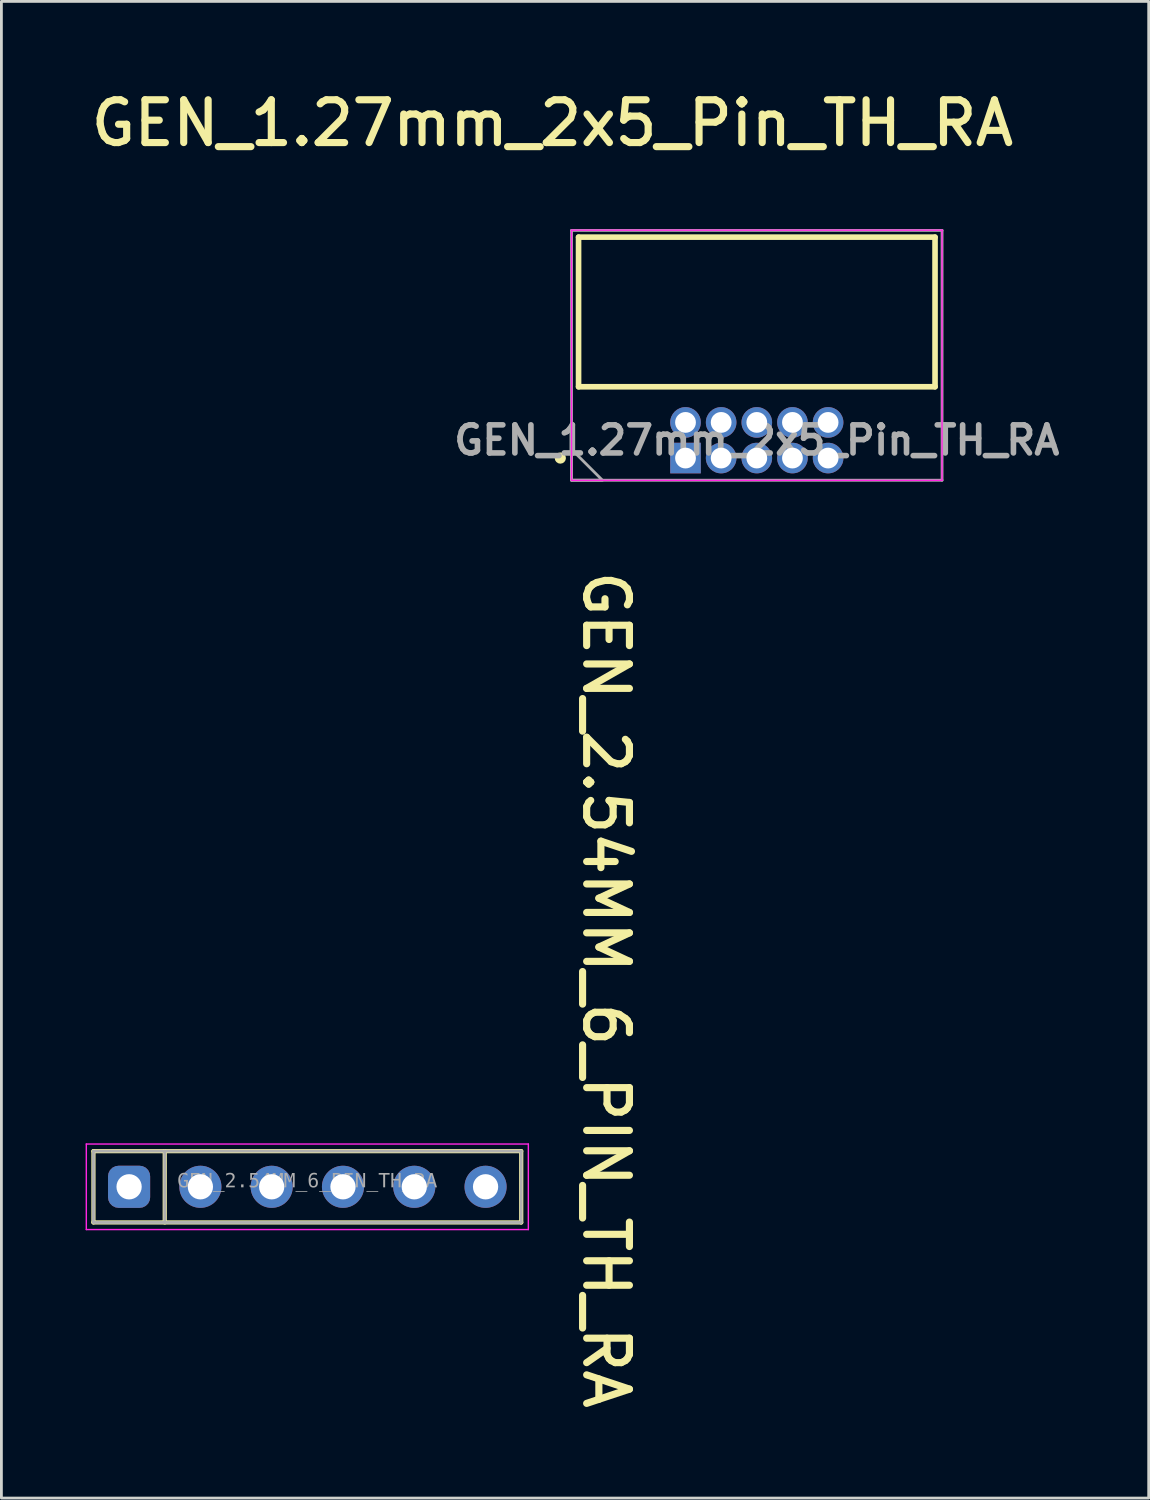
<source format=kicad_pcb>
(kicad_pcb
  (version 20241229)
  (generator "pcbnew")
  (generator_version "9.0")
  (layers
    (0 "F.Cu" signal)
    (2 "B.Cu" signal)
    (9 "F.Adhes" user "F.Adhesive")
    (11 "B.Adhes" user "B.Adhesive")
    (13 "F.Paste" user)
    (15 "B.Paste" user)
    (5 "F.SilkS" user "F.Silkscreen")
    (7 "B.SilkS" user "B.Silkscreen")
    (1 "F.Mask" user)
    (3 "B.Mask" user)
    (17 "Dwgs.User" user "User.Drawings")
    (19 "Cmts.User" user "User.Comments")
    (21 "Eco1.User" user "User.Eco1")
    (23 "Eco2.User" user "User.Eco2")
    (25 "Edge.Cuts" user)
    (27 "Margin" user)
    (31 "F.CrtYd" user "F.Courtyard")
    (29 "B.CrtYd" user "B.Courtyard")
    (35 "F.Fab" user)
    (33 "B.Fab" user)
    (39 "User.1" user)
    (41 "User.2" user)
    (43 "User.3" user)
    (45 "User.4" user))
  (footprint "GEN_1.27mm_2x5_Pin_TH_RA"
    (layer "F.Cu")
    (at 23.912 12.634)
    (property "Reference" "GEN_1.27mm_2x5_Pin_TH_RA" (at -7.282 -11.297 0) (unlocked yes) (layer "F.SilkS") (effects (font (size 1.524 1.524) (thickness 0.254))))
    (fp_line (start -6.35 -7.235) (end 6.35 -7.235) (stroke (width 0.2) (type solid)) (layer "F.SilkS"))
    (fp_line (start -6.35 -1.905) (end -6.35 -7.235) (stroke (width 0.2) (type solid)) (layer "F.SilkS"))
    (fp_line (start -6.35 -1.905) (end 6.35 -1.905) (stroke (width 0.2) (type solid)) (layer "F.SilkS"))
    (fp_line (start 6.35 -1.905) (end 6.35 -7.235) (stroke (width 0.2) (type solid)) (layer "F.SilkS"))
    (fp_circle (center -7 0.635) (end -7 0.535) (stroke (width 0.2) (type solid)) (fill no) (layer "F.SilkS"))
    (fp_line (start -6.6 -7.485) (end 6.6 -7.485) (stroke (width 0.05) (type solid)) (layer "F.CrtYd"))
    (fp_line (start -6.6 1.43) (end -6.6 -7.485) (stroke (width 0.05) (type solid)) (layer "F.CrtYd"))
    (fp_line (start -6.6 1.43) (end 6.6 1.43) (stroke (width 0.05) (type solid)) (layer "F.CrtYd"))
    (fp_line (start 6.6 1.43) (end 6.6 -7.485) (stroke (width 0.05) (type solid)) (layer "F.CrtYd"))
    (fp_line (start -6.6 -7.475) (end 6.6 -7.475) (stroke (width 0.1) (type solid)) (layer "F.Fab"))
    (fp_line (start -6.6 1.425) (end -6.6 -7.475) (stroke (width 0.1) (type solid)) (layer "F.Fab"))
    (fp_line (start -6.6 1.425) (end 6.6 1.425) (stroke (width 0.1) (type solid)) (layer "F.Fab"))
    (fp_line (start 6.6 1.425) (end 6.6 -7.475) (stroke (width 0.1) (type solid)) (layer "F.Fab"))
    (fp_poly (pts (xy -5.5 1.425) (xy -6.6 0.325) (xy -6.6 1.425)) (stroke (width 0.1) (type default)) (fill no) (layer "F.Fab"))
    (fp_text user "${REFERENCE}" (at 0 0 0) (unlocked yes) (layer "F.Fab") (effects (font (size 1 1) (thickness 0.2) (bold yes))))
    (pad "1" thru_hole rect (at -2.54 0.635) (size 1.09 1.09) (drill 0.74) (layers "*.Cu" "*.Mask"))
    (pad "2" thru_hole circle (at -2.54 -0.635) (size 1.09 1.09) (drill 0.74) (layers "*.Cu" "*.Mask"))
    (pad "3" thru_hole circle (at -1.27 0.635) (size 1.09 1.09) (drill 0.74) (layers "*.Cu" "*.Mask"))
    (pad "4" thru_hole circle (at -1.27 -0.635) (size 1.09 1.09) (drill 0.74) (layers "*.Cu" "*.Mask"))
    (pad "5" thru_hole circle (at 0 0.635) (size 1.09 1.09) (drill 0.74) (layers "*.Cu" "*.Mask"))
    (pad "6" thru_hole circle (at 0 -0.635) (size 1.09 1.09) (drill 0.74) (layers "*.Cu" "*.Mask"))
    (pad "7" thru_hole circle (at 1.27 0.635) (size 1.09 1.09) (drill 0.74) (layers "*.Cu" "*.Mask"))
    (pad "8" thru_hole circle (at 1.27 -0.635) (size 1.09 1.09) (drill 0.74) (layers "*.Cu" "*.Mask"))
    (pad "9" thru_hole circle (at 2.54 0.635) (size 1.09 1.09) (drill 0.74) (layers "*.Cu" "*.Mask"))
    (pad "10" thru_hole circle (at 2.54 -0.635) (size 1.09 1.09) (drill 0.74) (layers "*.Cu" "*.Mask")))
  (footprint "GEN_2.54MM_6_PIN_TH_RA"
    (layer "F.Cu")
    (at 7.899 39.231)
    (property "Reference" "GEN_2.54MM_6_PIN_TH_RA" (at 10.643 -7.016 270) (unlocked yes) (layer "F.SilkS") (effects (font (size 1.524 1.524) (thickness 0.254))))
    (fp_line (start -7.62 -1.27) (end 7.62 -1.27) (stroke (width 0.15) (type solid)) (layer "F.SilkS"))
    (fp_line (start -7.62 1.27) (end -7.62 -1.27) (stroke (width 0.15) (type solid)) (layer "F.SilkS"))
    (fp_line (start -7.62 1.27) (end 7.62 1.27) (stroke (width 0.15) (type solid)) (layer "F.SilkS"))
    (fp_line (start -5.08 1.27) (end -5.08 -1.27) (stroke (width 0.15) (type solid)) (layer "F.SilkS"))
    (fp_line (start 7.62 1.27) (end 7.62 -1.27) (stroke (width 0.15) (type solid)) (layer "F.SilkS"))
    (fp_line (start -7.874 -1.524) (end 7.874 -1.524) (stroke (width 0.05) (type solid)) (layer "F.CrtYd"))
    (fp_line (start -7.874 1.524) (end -7.874 -1.524) (stroke (width 0.05) (type solid)) (layer "F.CrtYd"))
    (fp_line (start -7.874 1.524) (end 7.874 1.524) (stroke (width 0.05) (type solid)) (layer "F.CrtYd"))
    (fp_line (start 7.874 1.524) (end 7.874 -1.524) (stroke (width 0.05) (type solid)) (layer "F.CrtYd"))
    (fp_line (start -7.62 -1.27) (end 7.62 -1.27) (stroke (width 0.1) (type solid)) (layer "F.Fab"))
    (fp_line (start -7.62 1.27) (end -7.62 -1.27) (stroke (width 0.1) (type solid)) (layer "F.Fab"))
    (fp_line (start -7.62 1.27) (end 7.62 1.27) (stroke (width 0.1) (type solid)) (layer "F.Fab"))
    (fp_line (start -5.08 1.27) (end -5.08 -1.27) (stroke (width 0.1) (type solid)) (layer "F.Fab"))
    (fp_line (start 7.62 1.27) (end 7.62 -1.27) (stroke (width 0.1) (type solid)) (layer "F.Fab"))
    (fp_text user "${REFERENCE}" (at 0 -0.189 0) (unlocked yes) (layer "F.Fab") (effects (font (face "Consolas") (size 0.5 0.5) (thickness 0.254))))
    (pad "1" thru_hole roundrect (at -6.35 0) (size 1.5 1.5) (drill 0.9) (layers "*.Cu" "*.Mask") (roundrect_rratio 0.25))
    (pad "2" thru_hole circle (at -3.81 0) (size 1.5 1.5) (drill 0.9) (layers "*.Cu" "*.Mask"))
    (pad "3" thru_hole circle (at -1.27 0) (size 1.5 1.5) (drill 0.9) (layers "*.Cu" "*.Mask"))
    (pad "4" thru_hole circle (at 1.27 0) (size 1.5 1.5) (drill 0.9) (layers "*.Cu" "*.Mask"))
    (pad "5" thru_hole circle (at 3.81 0) (size 1.5 1.5) (drill 0.9) (layers "*.Cu" "*.Mask"))
    (pad "6" thru_hole circle (at 6.35 0) (size 1.5 1.5) (drill 0.9) (layers "*.Cu" "*.Mask")))
  (gr_rect
    (start -3 -3)
    (end 37.874 50.32)
    (stroke (width 0.1) (type default))
    (fill no)
    (layer "Edge.Cuts")))
</source>
